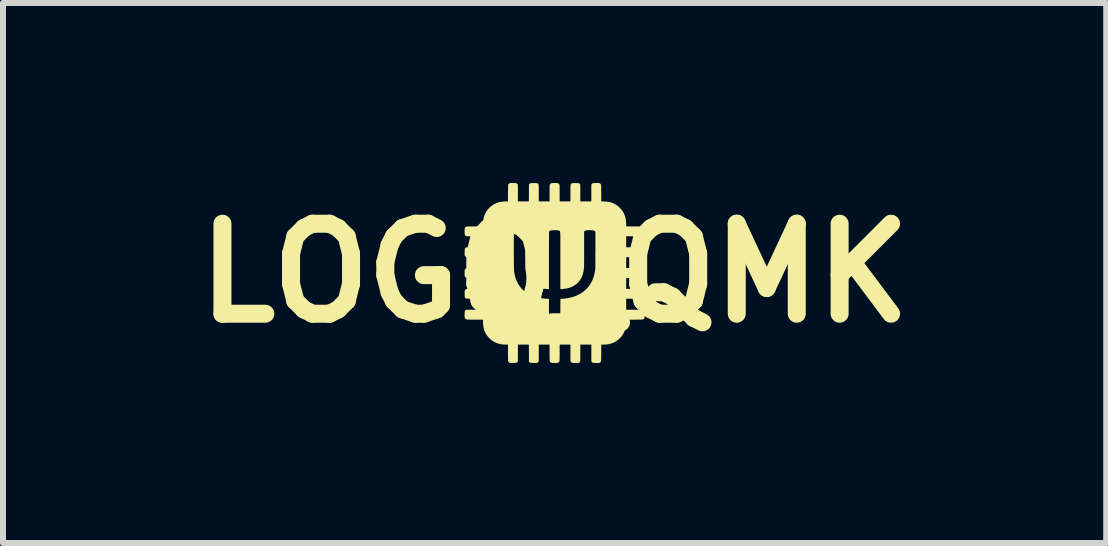
<source format=kicad_pcb>
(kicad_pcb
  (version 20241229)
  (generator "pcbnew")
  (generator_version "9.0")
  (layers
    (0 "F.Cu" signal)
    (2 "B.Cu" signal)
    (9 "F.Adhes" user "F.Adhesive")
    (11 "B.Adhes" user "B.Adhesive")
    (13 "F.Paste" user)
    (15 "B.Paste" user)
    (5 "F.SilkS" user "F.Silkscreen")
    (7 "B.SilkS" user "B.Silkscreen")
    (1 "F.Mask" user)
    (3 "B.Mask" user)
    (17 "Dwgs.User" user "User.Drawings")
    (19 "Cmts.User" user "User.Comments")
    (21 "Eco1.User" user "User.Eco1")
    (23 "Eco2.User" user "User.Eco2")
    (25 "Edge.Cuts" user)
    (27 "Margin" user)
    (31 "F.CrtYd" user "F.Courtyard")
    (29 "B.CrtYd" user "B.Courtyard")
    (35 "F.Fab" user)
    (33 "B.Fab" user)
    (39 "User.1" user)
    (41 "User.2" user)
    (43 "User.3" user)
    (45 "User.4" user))
  (footprint "LOGO_QMK"
    (layer "F.Cu")
    (at 6.193 1.5)
    (property "Reference" "LOGO_QMK" (at 0 0 0) (layer "F.SilkS") (effects (font (size 1.5 1.5) (thickness 0.3))))
    (attr board_only exclude_from_pos_files exclude_from_bom)
    (fp_poly (pts (xy -0.692 -1.5) (xy -0.683 -1.5) (xy -0.665 -1.499) (xy -0.651 -1.498) (xy -0.64 -1.497) (xy -0.632 -1.494) (xy -0.626 -1.49) (xy -0.621 -1.485) (xy -0.617 -1.48) (xy -0.612 -1.471) (xy -0.612 -1.332) (xy -0.612 -1.193) (xy -0.52 -1.193) (xy -0.429 -1.193) (xy -0.428 -1.333) (xy -0.428 -1.473) (xy -0.422 -1.482) (xy -0.418 -1.487) (xy -0.414 -1.491) (xy -0.409 -1.494) (xy -0.402 -1.496) (xy -0.394 -1.498) (xy -0.382 -1.498) (xy -0.367 -1.499) (xy -0.347 -1.499) (xy -0.346 -1.499) (xy -0.329 -1.499) (xy -0.315 -1.499) (xy -0.305 -1.498) (xy -0.298 -1.498) (xy -0.293 -1.497) (xy -0.289 -1.496) (xy -0.286 -1.494) (xy -0.284 -1.493) (xy -0.276 -1.487) (xy -0.27 -1.479) (xy -0.269 -1.477) (xy -0.268 -1.475) (xy -0.267 -1.472) (xy -0.266 -1.469) (xy -0.266 -1.464) (xy -0.265 -1.458) (xy -0.265 -1.45) (xy -0.264 -1.44) (xy -0.264 -1.426) (xy -0.264 -1.41) (xy -0.264 -1.389) (xy -0.264 -1.365) (xy -0.264 -1.336) (xy -0.264 -1.33) (xy -0.264 -1.193) (xy -0.174 -1.193) (xy -0.084 -1.193) (xy -0.084 -1.326) (xy -0.084 -1.361) (xy -0.084 -1.392) (xy -0.083 -1.417) (xy -0.083 -1.438) (xy -0.082 -1.453) (xy -0.082 -1.463) (xy -0.081 -1.468) (xy -0.075 -1.48) (xy -0.066 -1.49) (xy -0.055 -1.496) (xy -0.052 -1.497) (xy -0.045 -1.498) (xy -0.034 -1.499) (xy -0.021 -1.5) (xy -0.006 -1.5) (xy 0.01 -1.5) (xy 0.024 -1.5) (xy 0.037 -1.499) (xy 0.047 -1.498) (xy 0.052 -1.497) (xy 0.063 -1.492) (xy 0.073 -1.483) (xy 0.08 -1.471) (xy 0.081 -1.468) (xy 0.082 -1.463) (xy 0.082 -1.452) (xy 0.083 -1.437) (xy 0.083 -1.416) (xy 0.084 -1.39) (xy 0.084 -1.36) (xy 0.084 -1.326) (xy 0.084 -1.193) (xy 0.174 -1.193) (xy 0.264 -1.193) (xy 0.264 -1.33) (xy 0.264 -1.36) (xy 0.264 -1.385) (xy 0.264 -1.406) (xy 0.264 -1.424) (xy 0.264 -1.438) (xy 0.265 -1.449) (xy 0.265 -1.457) (xy 0.265 -1.463) (xy 0.266 -1.468) (xy 0.267 -1.472) (xy 0.268 -1.474) (xy 0.269 -1.477) (xy 0.269 -1.477) (xy 0.275 -1.485) (xy 0.282 -1.492) (xy 0.284 -1.493) (xy 0.287 -1.495) (xy 0.29 -1.496) (xy 0.295 -1.497) (xy 0.3 -1.498) (xy 0.308 -1.499) (xy 0.319 -1.499) (xy 0.334 -1.499) (xy 0.346 -1.499) (xy 0.366 -1.499) (xy 0.381 -1.498) (xy 0.393 -1.498) (xy 0.402 -1.496) (xy 0.408 -1.494) (xy 0.413 -1.491) (xy 0.418 -1.487) (xy 0.422 -1.482) (xy 0.422 -1.482) (xy 0.428 -1.473) (xy 0.428 -1.333) (xy 0.429 -1.193) (xy 0.52 -1.193) (xy 0.612 -1.193) (xy 0.612 -1.332) (xy 0.612 -1.471) (xy 0.617 -1.48) (xy 0.622 -1.486) (xy 0.627 -1.491) (xy 0.634 -1.495) (xy 0.642 -1.497) (xy 0.653 -1.498) (xy 0.667 -1.499) (xy 0.683 -1.5) (xy 0.703 -1.5) (xy 0.719 -1.5) (xy 0.732 -1.499) (xy 0.741 -1.498) (xy 0.749 -1.496) (xy 0.754 -1.494) (xy 0.759 -1.49) (xy 0.762 -1.488) (xy 0.769 -1.48) (xy 0.773 -1.472) (xy 0.774 -1.47) (xy 0.775 -1.465) (xy 0.775 -1.456) (xy 0.776 -1.442) (xy 0.776 -1.423) (xy 0.776 -1.401) (xy 0.777 -1.375) (xy 0.777 -1.346) (xy 0.777 -1.327) (xy 0.777 -1.193) (xy 0.808 -1.193) (xy 0.852 -1.191) (xy 0.892 -1.187) (xy 0.93 -1.179) (xy 0.965 -1.168) (xy 0.998 -1.153) (xy 1.03 -1.134) (xy 1.038 -1.129) (xy 1.053 -1.117) (xy 1.071 -1.102) (xy 1.088 -1.085) (xy 1.105 -1.068) (xy 1.119 -1.051) (xy 1.125 -1.043) (xy 1.145 -1.012) (xy 1.161 -0.98) (xy 1.174 -0.947) (xy 1.183 -0.912) (xy 1.189 -0.874) (xy 1.192 -0.833) (xy 1.193 -0.808) (xy 1.193 -0.777) (xy 1.327 -0.777) (xy 1.358 -0.777) (xy 1.386 -0.776) (xy 1.41 -0.776) (xy 1.431 -0.776) (xy 1.448 -0.776) (xy 1.46 -0.775) (xy 1.468 -0.774) (xy 1.47 -0.774) (xy 1.478 -0.77) (xy 1.486 -0.764) (xy 1.488 -0.762) (xy 1.492 -0.757) (xy 1.495 -0.751) (xy 1.497 -0.745) (xy 1.499 -0.736) (xy 1.5 -0.725) (xy 1.5 -0.711) (xy 1.5 -0.692) (xy 1.5 -0.683) (xy 1.499 -0.665) (xy 1.498 -0.651) (xy 1.497 -0.64) (xy 1.494 -0.632) (xy 1.49 -0.626) (xy 1.485 -0.621) (xy 1.48 -0.617) (xy 1.471 -0.612) (xy 1.332 -0.612) (xy 1.193 -0.612) (xy 1.193 -0.52) (xy 1.193 -0.429) (xy 1.333 -0.428) (xy 1.473 -0.428) (xy 1.482 -0.422) (xy 1.487 -0.418) (xy 1.491 -0.414) (xy 1.494 -0.409) (xy 1.496 -0.402) (xy 1.498 -0.394) (xy 1.498 -0.382) (xy 1.499 -0.367) (xy 1.499 -0.347) (xy 1.499 -0.346) (xy 1.499 -0.329) (xy 1.499 -0.315) (xy 1.498 -0.305) (xy 1.498 -0.298) (xy 1.497 -0.293) (xy 1.496 -0.289) (xy 1.494 -0.286) (xy 1.493 -0.284) (xy 1.487 -0.276) (xy 1.479 -0.27) (xy 1.477 -0.269) (xy 1.475 -0.268) (xy 1.472 -0.267) (xy 1.469 -0.266) (xy 1.464 -0.266) (xy 1.458 -0.265) (xy 1.45 -0.265) (xy 1.44 -0.264) (xy 1.426 -0.264) (xy 1.41 -0.264) (xy 1.389 -0.264) (xy 1.365 -0.264) (xy 1.336 -0.264) (xy 1.33 -0.264) (xy 1.193 -0.264) (xy 1.193 -0.174) (xy 1.193 -0.084) (xy 1.326 -0.084) (xy 1.361 -0.084) (xy 1.392 -0.084) (xy 1.417 -0.083) (xy 1.438 -0.083) (xy 1.453 -0.082) (xy 1.463 -0.082) (xy 1.468 -0.081) (xy 1.48 -0.075) (xy 1.49 -0.066) (xy 1.496 -0.055) (xy 1.497 -0.052) (xy 1.498 -0.045) (xy 1.499 -0.034) (xy 1.5 -0.021) (xy 1.5 -0.006) (xy 1.5 0.01) (xy 1.5 0.024) (xy 1.499 0.037) (xy 1.498 0.047) (xy 1.497 0.052) (xy 1.492 0.063) (xy 1.483 0.073) (xy 1.471 0.08) (xy 1.468 0.081) (xy 1.463 0.082) (xy 1.452 0.082) (xy 1.437 0.083) (xy 1.416 0.083) (xy 1.39 0.084) (xy 1.36 0.084) (xy 1.326 0.084) (xy 1.193 0.084) (xy 1.193 0.174) (xy 1.193 0.264) (xy 1.33 0.264) (xy 1.36 0.264) (xy 1.385 0.264) (xy 1.406 0.264) (xy 1.424 0.264) (xy 1.438 0.264) (xy 1.449 0.265) (xy 1.457 0.265) (xy 1.463 0.265) (xy 1.468 0.266) (xy 1.472 0.267) (xy 1.474 0.268) (xy 1.477 0.269) (xy 1.477 0.269) (xy 1.485 0.275) (xy 1.492 0.282) (xy 1.493 0.284) (xy 1.495 0.287) (xy 1.496 0.29) (xy 1.497 0.295) (xy 1.498 0.3) (xy 1.499 0.308) (xy 1.499 0.319) (xy 1.499 0.334) (xy 1.499 0.346) (xy 1.499 0.366) (xy 1.498 0.381) (xy 1.498 0.393) (xy 1.496 0.402) (xy 1.494 0.408) (xy 1.491 0.413) (xy 1.487 0.418) (xy 1.482 0.422) (xy 1.482 0.422) (xy 1.473 0.428) (xy 1.333 0.428) (xy 1.193 0.429) (xy 1.193 0.52) (xy 1.193 0.612) (xy 1.332 0.612) (xy 1.471 0.612) (xy 1.48 0.617) (xy 1.486 0.622) (xy 1.491 0.627) (xy 1.495 0.634) (xy 1.497 0.642) (xy 1.498 0.653) (xy 1.499 0.667) (xy 1.5 0.683) (xy 1.5 0.703) (xy 1.5 0.719) (xy 1.499 0.732) (xy 1.498 0.741) (xy 1.496 0.749) (xy 1.494 0.754) (xy 1.49 0.759) (xy 1.488 0.762) (xy 1.48 0.769) (xy 1.472 0.773) (xy 1.47 0.774) (xy 1.465 0.775) (xy 1.456 0.775) (xy 1.442 0.776) (xy 1.423 0.776) (xy 1.401 0.776) (xy 1.375 0.777) (xy 1.346 0.777) (xy 1.327 0.777) (xy 1.193 0.777) (xy 1.193 0.808) (xy 1.192 0.851) (xy 1.187 0.89) (xy 1.18 0.927) (xy 1.169 0.961) (xy 1.155 0.993) (xy 1.137 1.025) (xy 1.125 1.043) (xy 1.113 1.058) (xy 1.098 1.076) (xy 1.081 1.093) (xy 1.063 1.109) (xy 1.046 1.123) (xy 1.038 1.129) (xy 1.006 1.149) (xy 0.973 1.164) (xy 0.938 1.177) (xy 0.902 1.185) (xy 0.862 1.191) (xy 0.819 1.193) (xy 0.808 1.193) (xy 0.777 1.193) (xy 0.777 1.327) (xy 0.777 1.358) (xy 0.776 1.386) (xy 0.776 1.41) (xy 0.776 1.431) (xy 0.776 1.448) (xy 0.775 1.46) (xy 0.774 1.468) (xy 0.774 1.47) (xy 0.77 1.478) (xy 0.764 1.486) (xy 0.762 1.488) (xy 0.757 1.492) (xy 0.751 1.495) (xy 0.745 1.497) (xy 0.736 1.499) (xy 0.725 1.5) (xy 0.711 1.5) (xy 0.692 1.5) (xy 0.683 1.5) (xy 0.665 1.499) (xy 0.651 1.498) (xy 0.64 1.497) (xy 0.632 1.494) (xy 0.626 1.49) (xy 0.621 1.485) (xy 0.617 1.48) (xy 0.612 1.471) (xy 0.612 1.332) (xy 0.612 1.193) (xy 0.52 1.193) (xy 0.429 1.193) (xy 0.428 1.333) (xy 0.428 1.473) (xy 0.422 1.482) (xy 0.418 1.487) (xy 0.414 1.491) (xy 0.409 1.494) (xy 0.402 1.496) (xy 0.394 1.498) (xy 0.382 1.498) (xy 0.367 1.499) (xy 0.347 1.499) (xy 0.346 1.499) (xy 0.329 1.499) (xy 0.315 1.499) (xy 0.305 1.498) (xy 0.298 1.498) (xy 0.293 1.497) (xy 0.289 1.496) (xy 0.286 1.494) (xy 0.284 1.493) (xy 0.276 1.487) (xy 0.27 1.479) (xy 0.269 1.477) (xy 0.268 1.475) (xy 0.267 1.472) (xy 0.266 1.469) (xy 0.266 1.464) (xy 0.265 1.458) (xy 0.265 1.45) (xy 0.264 1.44) (xy 0.264 1.426) (xy 0.264 1.41) (xy 0.264 1.389) (xy 0.264 1.365) (xy 0.264 1.336) (xy 0.264 1.33) (xy 0.264 1.193) (xy 0.174 1.193) (xy 0.084 1.193) (xy 0.084 1.326) (xy 0.084 1.361) (xy 0.084 1.392) (xy 0.083 1.417) (xy 0.083 1.438) (xy 0.082 1.453) (xy 0.082 1.463) (xy 0.081 1.468) (xy 0.075 1.48) (xy 0.066 1.49) (xy 0.055 1.496) (xy 0.052 1.497) (xy 0.045 1.498) (xy 0.034 1.499) (xy 0.021 1.5) (xy 0.006 1.5) (xy -0.01 1.5) (xy -0.024 1.5) (xy -0.037 1.499) (xy -0.047 1.498) (xy -0.052 1.497) (xy -0.063 1.492) (xy -0.073 1.483) (xy -0.08 1.471) (xy -0.081 1.468) (xy -0.082 1.463) (xy -0.082 1.452) (xy -0.083 1.437) (xy -0.083 1.416) (xy -0.084 1.39) (xy -0.084 1.36) (xy -0.084 1.326) (xy -0.084 1.193) (xy -0.174 1.193) (xy -0.264 1.193) (xy -0.264 1.33) (xy -0.264 1.36) (xy -0.264 1.385) (xy -0.264 1.406) (xy -0.264 1.424) (xy -0.264 1.438) (xy -0.265 1.449) (xy -0.265 1.457) (xy -0.265 1.463) (xy -0.266 1.468) (xy -0.267 1.472) (xy -0.268 1.474) (xy -0.269 1.477) (xy -0.269 1.477) (xy -0.275 1.485) (xy -0.282 1.492) (xy -0.284 1.493) (xy -0.287 1.495) (xy -0.29 1.496) (xy -0.295 1.497) (xy -0.3 1.498) (xy -0.308 1.499) (xy -0.319 1.499) (xy -0.334 1.499) (xy -0.346 1.499) (xy -0.366 1.499) (xy -0.381 1.498) (xy -0.393 1.498) (xy -0.402 1.496) (xy -0.408 1.494) (xy -0.413 1.491) (xy -0.418 1.487) (xy -0.422 1.482) (xy -0.422 1.482) (xy -0.428 1.473) (xy -0.428 1.333) (xy -0.429 1.193) (xy -0.52 1.193) (xy -0.612 1.193) (xy -0.612 1.332) (xy -0.612 1.471) (xy -0.617 1.48) (xy -0.622 1.486) (xy -0.627 1.491) (xy -0.632 1.494) (xy -0.639 1.496) (xy -0.649 1.498) (xy -0.662 1.499) (xy -0.679 1.499) (xy -0.689 1.499) (xy -0.705 1.499) (xy -0.719 1.499) (xy -0.732 1.499) (xy -0.741 1.498) (xy -0.746 1.498) (xy -0.755 1.493) (xy -0.764 1.486) (xy -0.771 1.476) (xy -0.774 1.47) (xy -0.775 1.465) (xy -0.775 1.456) (xy -0.776 1.442) (xy -0.776 1.425) (xy -0.776 1.404) (xy -0.777 1.379) (xy -0.777 1.352) (xy -0.777 1.327) (xy -0.777 1.193) (xy -0.808 1.193) (xy -0.851 1.192) (xy -0.89 1.187) (xy -0.927 1.18) (xy -0.961 1.169) (xy -0.993 1.155) (xy -1.025 1.137) (xy -1.043 1.125) (xy -1.058 1.113) (xy -1.076 1.098) (xy -1.093 1.081) (xy -1.109 1.063) (xy -1.123 1.046) (xy -1.129 1.038) (xy -1.149 1.006) (xy -1.164 0.973) (xy -1.177 0.938) (xy -1.185 0.902) (xy -1.191 0.862) (xy -1.193 0.819) (xy -1.193 0.808) (xy -1.193 0.777) (xy -1.327 0.777) (xy -1.358 0.777) (xy -1.386 0.776) (xy -1.41 0.776) (xy -1.431 0.776) (xy -1.448 0.776) (xy -1.46 0.775) (xy -1.468 0.774) (xy -1.47 0.774) (xy -1.478 0.77) (xy -1.486 0.764) (xy -1.488 0.762) (xy -1.492 0.757) (xy -1.495 0.751) (xy -1.497 0.745) (xy -1.499 0.736) (xy -1.5 0.725) (xy -1.5 0.711) (xy -1.5 0.692) (xy -1.5 0.683) (xy -1.499 0.665) (xy -1.498 0.651) (xy -1.497 0.64) (xy -1.494 0.632) (xy -1.49 0.626) (xy -1.485 0.621) (xy -1.48 0.617) (xy -1.471 0.612) (xy -1.332 0.612) (xy -1.193 0.612) (xy -1.193 0.52) (xy -1.193 0.429) (xy -1.333 0.428) (xy -1.473 0.428) (xy -1.482 0.422) (xy -1.487 0.418) (xy -1.491 0.414) (xy -1.494 0.409) (xy -1.496 0.402) (xy -1.498 0.394) (xy -1.498 0.382) (xy -1.499 0.367) (xy -1.499 0.347) (xy -1.499 0.346) (xy -1.499 0.329) (xy -1.499 0.315) (xy -1.498 0.305) (xy -1.498 0.298) (xy -1.497 0.293) (xy -1.496 0.289) (xy -1.494 0.286) (xy -1.493 0.284) (xy -1.487 0.276) (xy -1.479 0.27) (xy -1.477 0.269) (xy -1.475 0.268) (xy -1.472 0.267) (xy -1.469 0.266) (xy -1.464 0.266) (xy -1.458 0.265) (xy -1.45 0.265) (xy -1.44 0.264) (xy -1.426 0.264) (xy -1.41 0.264) (xy -1.389 0.264) (xy -1.365 0.264) (xy -1.336 0.264) (xy -1.33 0.264) (xy -1.193 0.264) (xy -1.193 0.174) (xy -1.193 0.084) (xy -1.326 0.084) (xy -1.361 0.084) (xy -1.392 0.084) (xy -1.417 0.083) (xy -1.438 0.083) (xy -1.453 0.082) (xy -1.463 0.082) (xy -1.468 0.081) (xy -1.48 0.075) (xy -1.49 0.066) (xy -1.496 0.055) (xy -1.497 0.052) (xy -1.498 0.045) (xy -1.499 0.034) (xy -1.5 0.021) (xy -1.5 0.006) (xy -1.5 -0.01) (xy -1.5 -0.024) (xy -1.499 -0.037) (xy -1.498 -0.047) (xy -1.497 -0.052) (xy -1.492 -0.063) (xy -1.483 -0.073) (xy -1.471 -0.08) (xy -1.468 -0.081) (xy -1.463 -0.082) (xy -1.452 -0.082) (xy -1.437 -0.083) (xy -1.416 -0.083) (xy -1.39 -0.084) (xy -1.36 -0.084) (xy -1.326 -0.084) (xy -1.193 -0.084) (xy -1.193 -0.174) (xy -1.193 -0.264) (xy -1.33 -0.264) (xy -1.36 -0.264) (xy -1.385 -0.264) (xy -1.406 -0.264) (xy -1.424 -0.264) (xy -1.438 -0.264) (xy -1.449 -0.265) (xy -1.457 -0.265) (xy -1.463 -0.265) (xy -1.468 -0.266) (xy -1.472 -0.267) (xy -1.474 -0.268) (xy -1.477 -0.269) (xy -1.477 -0.269) (xy -1.485 -0.275) (xy -1.492 -0.282) (xy -1.493 -0.284) (xy -1.495 -0.287) (xy -1.496 -0.29) (xy -1.497 -0.295) (xy -1.498 -0.3) (xy -1.499 -0.308) (xy -1.499 -0.319) (xy -1.499 -0.334) (xy -1.499 -0.346) (xy -1.499 -0.366) (xy -1.498 -0.381) (xy -1.498 -0.393) (xy -1.496 -0.402) (xy -1.494 -0.408) (xy -1.491 -0.413) (xy -1.487 -0.418) (xy -1.482 -0.422) (xy -1.482 -0.422) (xy -1.473 -0.428) (xy -1.333 -0.428) (xy -1.193 -0.429) (xy -1.193 -0.454) (xy -0.68 -0.454) (xy -0.68 -0.42) (xy -0.68 -0.384) (xy -0.68 -0.348) (xy -0.68 -0.313) (xy -0.679 -0.277) (xy -0.679 -0.243) (xy -0.679 -0.21) (xy -0.679 -0.178) (xy -0.678 -0.149) (xy -0.678 -0.121) (xy -0.678 -0.097) (xy -0.677 -0.075) (xy -0.677 -0.057) (xy -0.676 -0.042) (xy -0.676 -0.032) (xy -0.676 -0.027) (xy -0.666 0.025) (xy -0.654 0.073) (xy -0.639 0.117) (xy -0.62 0.158) (xy -0.599 0.196) (xy -0.574 0.231) (xy -0.556 0.253) (xy -0.526 0.284) (xy -0.491 0.313) (xy -0.452 0.339) (xy -0.41 0.362) (xy -0.364 0.382) (xy -0.316 0.398) (xy -0.284 0.407) (xy -0.266 0.411) (xy -0.248 0.415) (xy -0.23 0.418) (xy -0.211 0.421) (xy -0.189 0.424) (xy -0.164 0.426) (xy -0.136 0.429) (xy -0.114 0.43) (xy -0.094 0.432) (xy -0.094 0.568) (xy -0.094 0.601) (xy -0.094 0.631) (xy -0.093 0.656) (xy -0.093 0.676) (xy -0.093 0.691) (xy -0.092 0.702) (xy -0.092 0.707) (xy -0.091 0.708) (xy -0.087 0.713) (xy -0.081 0.717) (xy -0.081 0.718) (xy -0.073 0.721) (xy -0.064 0.724) (xy -0.053 0.726) (xy -0.04 0.727) (xy -0.024 0.728) (xy -0.004 0.728) (xy 0.006 0.728) (xy 0.025 0.727) (xy 0.039 0.727) (xy 0.05 0.726) (xy 0.058 0.725) (xy 0.064 0.724) (xy 0.07 0.722) (xy 0.071 0.722) (xy 0.076 0.72) (xy 0.08 0.719) (xy 0.084 0.717) (xy 0.087 0.714) (xy 0.089 0.711) (xy 0.091 0.706) (xy 0.093 0.7) (xy 0.094 0.691) (xy 0.095 0.679) (xy 0.095 0.664) (xy 0.095 0.646) (xy 0.096 0.624) (xy 0.096 0.598) (xy 0.096 0.567) (xy 0.097 0.432) (xy 0.112 0.43) (xy 0.123 0.43) (xy 0.136 0.429) (xy 0.148 0.428) (xy 0.205 0.421) (xy 0.259 0.411) (xy 0.311 0.397) (xy 0.36 0.379) (xy 0.406 0.357) (xy 0.45 0.332) (xy 0.49 0.303) (xy 0.526 0.27) (xy 0.53 0.266) (xy 0.562 0.231) (xy 0.591 0.192) (xy 0.615 0.15) (xy 0.636 0.105) (xy 0.653 0.057) (xy 0.666 0.006) (xy 0.673 -0.031) (xy 0.674 -0.036) (xy 0.675 -0.041) (xy 0.675 -0.046) (xy 0.676 -0.052) (xy 0.677 -0.058) (xy 0.677 -0.066) (xy 0.677 -0.074) (xy 0.678 -0.085) (xy 0.678 -0.097) (xy 0.678 -0.111) (xy 0.679 -0.128) (xy 0.679 -0.148) (xy 0.679 -0.171) (xy 0.679 -0.197) (xy 0.679 -0.227) (xy 0.679 -0.261) (xy 0.679 -0.299) (xy 0.68 -0.342) (xy 0.68 -0.376) (xy 0.68 -0.687) (xy 0.674 -0.695) (xy 0.667 -0.701) (xy 0.659 -0.706) (xy 0.647 -0.709) (xy 0.632 -0.712) (xy 0.616 -0.714) (xy 0.595 -0.715) (xy 0.576 -0.715) (xy 0.557 -0.714) (xy 0.539 -0.712) (xy 0.526 -0.71) (xy 0.516 -0.707) (xy 0.508 -0.704) (xy 0.502 -0.7) (xy 0.5 -0.698) (xy 0.492 -0.691) (xy 0.492 -0.409) (xy 0.492 -0.368) (xy 0.492 -0.328) (xy 0.492 -0.29) (xy 0.492 -0.255) (xy 0.492 -0.222) (xy 0.492 -0.191) (xy 0.491 -0.164) (xy 0.491 -0.141) (xy 0.491 -0.121) (xy 0.49 -0.106) (xy 0.49 -0.095) (xy 0.49 -0.091) (xy 0.484 -0.042) (xy 0.475 0.002) (xy 0.462 0.044) (xy 0.446 0.082) (xy 0.425 0.116) (xy 0.401 0.148) (xy 0.373 0.176) (xy 0.341 0.2) (xy 0.305 0.221) (xy 0.271 0.237) (xy 0.241 0.247) (xy 0.208 0.256) (xy 0.172 0.262) (xy 0.133 0.267) (xy 0.12 0.268) (xy 0.096 0.269) (xy 0.096 -0.206) (xy 0.096 -0.264) (xy 0.096 -0.318) (xy 0.096 -0.367) (xy 0.096 -0.411) (xy 0.096 -0.452) (xy 0.096 -0.488) (xy 0.096 -0.521) (xy 0.096 -0.55) (xy 0.096 -0.575) (xy 0.096 -0.598) (xy 0.096 -0.617) (xy 0.095 -0.634) (xy 0.095 -0.648) (xy 0.094 -0.66) (xy 0.094 -0.67) (xy 0.093 -0.678) (xy 0.092 -0.685) (xy 0.092 -0.69) (xy 0.091 -0.694) (xy 0.09 -0.696) (xy 0.088 -0.698) (xy 0.087 -0.7) (xy 0.086 -0.7) (xy 0.084 -0.701) (xy 0.082 -0.702) (xy 0.081 -0.703) (xy 0.07 -0.707) (xy 0.056 -0.711) (xy 0.037 -0.713) (xy 0.014 -0.714) (xy 0 -0.714) (xy -0.027 -0.714) (xy -0.049 -0.711) (xy -0.067 -0.708) (xy -0.081 -0.703) (xy -0.089 -0.696) (xy -0.091 -0.693) (xy -0.092 -0.69) (xy -0.092 -0.682) (xy -0.092 -0.67) (xy -0.093 -0.653) (xy -0.093 -0.632) (xy -0.093 -0.605) (xy -0.093 -0.574) (xy -0.093 -0.538) (xy -0.094 -0.497) (xy -0.094 -0.451) (xy -0.094 -0.401) (xy -0.094 -0.345) (xy -0.094 -0.284) (xy -0.094 -0.218) (xy -0.094 -0.21) (xy -0.094 0.269) (xy -0.116 0.268) (xy -0.159 0.264) (xy -0.198 0.258) (xy -0.233 0.249) (xy -0.267 0.238) (xy -0.299 0.225) (xy -0.307 0.221) (xy -0.342 0.201) (xy -0.373 0.177) (xy -0.4 0.15) (xy -0.424 0.119) (xy -0.444 0.084) (xy -0.461 0.047) (xy -0.474 0.005) (xy -0.483 -0.039) (xy -0.487 -0.075) (xy -0.488 -0.082) (xy -0.488 -0.094) (xy -0.488 -0.111) (xy -0.489 -0.132) (xy -0.489 -0.158) (xy -0.489 -0.187) (xy -0.489 -0.221) (xy -0.49 -0.258) (xy -0.49 -0.299) (xy -0.49 -0.343) (xy -0.49 -0.391) (xy -0.49 -0.394) (xy -0.49 -0.44) (xy -0.49 -0.48) (xy -0.49 -0.517) (xy -0.49 -0.549) (xy -0.49 -0.577) (xy -0.49 -0.601) (xy -0.49 -0.622) (xy -0.491 -0.639) (xy -0.491 -0.654) (xy -0.491 -0.666) (xy -0.492 -0.676) (xy -0.493 -0.684) (xy -0.494 -0.69) (xy -0.495 -0.694) (xy -0.496 -0.697) (xy -0.498 -0.699) (xy -0.499 -0.701) (xy -0.501 -0.702) (xy -0.503 -0.703) (xy -0.506 -0.704) (xy -0.506 -0.704) (xy -0.516 -0.708) (xy -0.526 -0.711) (xy -0.54 -0.713) (xy -0.556 -0.714) (xy -0.575 -0.714) (xy -0.585 -0.714) (xy -0.61 -0.714) (xy -0.63 -0.712) (xy -0.646 -0.71) (xy -0.658 -0.706) (xy -0.668 -0.701) (xy -0.674 -0.695) (xy -0.677 -0.69) (xy -0.678 -0.687) (xy -0.678 -0.679) (xy -0.678 -0.666) (xy -0.679 -0.65) (xy -0.679 -0.63) (xy -0.679 -0.606) (xy -0.679 -0.58) (xy -0.68 -0.552) (xy -0.68 -0.521) (xy -0.68 -0.488) (xy -0.68 -0.454) (xy -1.193 -0.454) (xy -1.193 -0.52) (xy -1.193 -0.612) (xy -1.332 -0.612) (xy -1.471 -0.612) (xy -1.48 -0.617) (xy -1.486 -0.622) (xy -1.491 -0.627) (xy -1.495 -0.634) (xy -1.497 -0.642) (xy -1.498 -0.653) (xy -1.499 -0.667) (xy -1.5 -0.683) (xy -1.5 -0.703) (xy -1.5 -0.719) (xy -1.499 -0.732) (xy -1.498 -0.741) (xy -1.496 -0.749) (xy -1.494 -0.754) (xy -1.49 -0.759) (xy -1.488 -0.762) (xy -1.48 -0.769) (xy -1.472 -0.773) (xy -1.47 -0.774) (xy -1.465 -0.775) (xy -1.456 -0.775) (xy -1.442 -0.776) (xy -1.423 -0.776) (xy -1.401 -0.776) (xy -1.375 -0.777) (xy -1.346 -0.777) (xy -1.327 -0.777) (xy -1.193 -0.777) (xy -1.193 -0.808) (xy -1.192 -0.851) (xy -1.187 -0.89) (xy -1.18 -0.927) (xy -1.169 -0.961) (xy -1.155 -0.993) (xy -1.137 -1.025) (xy -1.125 -1.043) (xy -1.113 -1.058) (xy -1.098 -1.076) (xy -1.081 -1.093) (xy -1.063 -1.109) (xy -1.046 -1.123) (xy -1.038 -1.129) (xy -1.006 -1.149) (xy -0.973 -1.164) (xy -0.938 -1.177) (xy -0.902 -1.185) (xy -0.862 -1.191) (xy -0.819 -1.193) (xy -0.808 -1.193) (xy -0.777 -1.193) (xy -0.777 -1.327) (xy -0.777 -1.358) (xy -0.776 -1.386) (xy -0.776 -1.41) (xy -0.776 -1.431) (xy -0.776 -1.448) (xy -0.775 -1.46) (xy -0.774 -1.468) (xy -0.774 -1.47) (xy -0.77 -1.478) (xy -0.764 -1.486) (xy -0.762 -1.488) (xy -0.757 -1.492) (xy -0.751 -1.495) (xy -0.745 -1.497) (xy -0.736 -1.499) (xy -0.725 -1.5) (xy -0.711 -1.5)) (stroke (width 0) (type solid)) (fill yes) (layer "F.SilkS")))
  (gr_rect
    (start -3 -3)
    (end 15.386 6)
    (stroke (width 0.1) (type default))
    (fill no)
    (layer "Edge.Cuts")))
</source>
